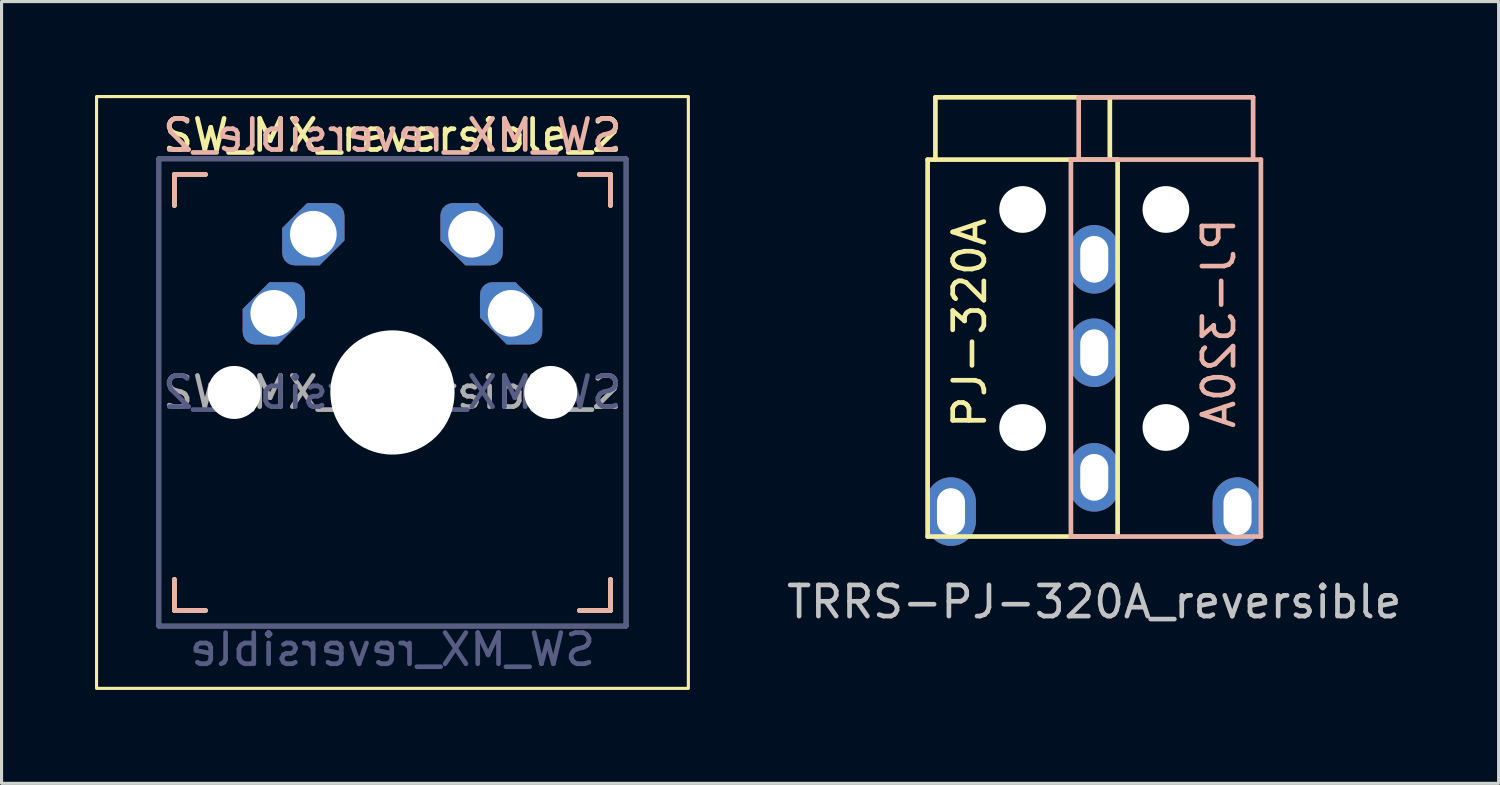
<source format=kicad_pcb>
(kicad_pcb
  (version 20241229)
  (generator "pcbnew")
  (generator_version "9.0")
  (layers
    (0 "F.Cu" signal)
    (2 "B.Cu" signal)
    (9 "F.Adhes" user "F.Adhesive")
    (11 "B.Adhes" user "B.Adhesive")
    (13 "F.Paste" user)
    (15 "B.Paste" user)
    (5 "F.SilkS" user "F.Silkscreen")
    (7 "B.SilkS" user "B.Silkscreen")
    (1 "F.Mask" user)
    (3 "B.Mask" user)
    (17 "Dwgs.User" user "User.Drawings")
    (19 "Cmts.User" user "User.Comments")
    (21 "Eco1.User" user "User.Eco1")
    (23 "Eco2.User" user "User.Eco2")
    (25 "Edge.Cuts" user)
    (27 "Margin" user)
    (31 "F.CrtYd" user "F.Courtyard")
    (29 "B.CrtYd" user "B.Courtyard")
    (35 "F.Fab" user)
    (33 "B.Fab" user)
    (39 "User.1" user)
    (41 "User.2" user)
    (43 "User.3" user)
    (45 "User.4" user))
  (footprint "SW_MX_reversible_2"
    (layer "F.Cu")
    (at 9.55 9.55)
    (property "Reference" "SW_MX_reversible_2" (at 0 -8.255 0) (layer "F.SilkS") (effects (font (size 1 1) (thickness 0.15))))
    (property "Value" "SW_MX_reversible" (at 0 8.255 0) (layer "F.Fab") (hide yes) (effects (font (size 1 1) (thickness 0.15))))
    (attr through_hole)
    (fp_line (start -7 -7) (end -6 -7) (stroke (width 0.15) (type solid)) (layer "F.SilkS"))
    (fp_line (start -7 -6) (end -7 -7) (stroke (width 0.15) (type solid)) (layer "F.SilkS"))
    (fp_line (start -7 7) (end -7 6) (stroke (width 0.15) (type solid)) (layer "F.SilkS"))
    (fp_line (start -6 7) (end -7 7) (stroke (width 0.15) (type solid)) (layer "F.SilkS"))
    (fp_line (start 6 -7) (end 7 -7) (stroke (width 0.15) (type solid)) (layer "F.SilkS"))
    (fp_line (start 7 -7) (end 7 -6) (stroke (width 0.15) (type solid)) (layer "F.SilkS"))
    (fp_line (start 7 6) (end 7 7) (stroke (width 0.15) (type solid)) (layer "F.SilkS"))
    (fp_line (start 7 7) (end 6 7) (stroke (width 0.15) (type solid)) (layer "F.SilkS"))
    (fp_rect (start -9.5 -9.5) (end 9.5 9.5) (stroke (width 0.1) (type solid)) (fill no) (layer "F.SilkS"))
    (fp_line (start -7 -7) (end -6 -7) (stroke (width 0.15) (type solid)) (layer "B.SilkS"))
    (fp_line (start -7 -6) (end -7 -7) (stroke (width 0.15) (type solid)) (layer "B.SilkS"))
    (fp_line (start -7 7) (end -7 6) (stroke (width 0.15) (type solid)) (layer "B.SilkS"))
    (fp_line (start -6 7) (end -7 7) (stroke (width 0.15) (type solid)) (layer "B.SilkS"))
    (fp_line (start 6 -7) (end 7 -7) (stroke (width 0.15) (type solid)) (layer "B.SilkS"))
    (fp_line (start 7 -7) (end 7 -6) (stroke (width 0.15) (type solid)) (layer "B.SilkS"))
    (fp_line (start 7 6) (end 7 7) (stroke (width 0.15) (type solid)) (layer "B.SilkS"))
    (fp_line (start 7 7) (end 6 7) (stroke (width 0.15) (type solid)) (layer "B.SilkS"))
    (fp_line (start -6.9 6.9) (end -6.9 -6.9) (stroke (width 0.15) (type solid)) (layer "Eco2.User"))
    (fp_line (start -6.9 6.9) (end 6.9 6.9) (stroke (width 0.15) (type solid)) (layer "Eco2.User"))
    (fp_line (start 6.9 -6.9) (end -6.9 -6.9) (stroke (width 0.15) (type solid)) (layer "Eco2.User"))
    (fp_line (start 6.9 -6.9) (end 6.9 6.9) (stroke (width 0.15) (type solid)) (layer "Eco2.User"))
    (fp_line (start -7.5 -7.5) (end 7.5 -7.5) (stroke (width 0.15) (type solid)) (layer "B.Fab"))
    (fp_line (start -7.5 7.5) (end -7.5 -7.5) (stroke (width 0.15) (type solid)) (layer "B.Fab"))
    (fp_line (start 7.5 -7.5) (end 7.5 7.5) (stroke (width 0.15) (type solid)) (layer "B.Fab"))
    (fp_line (start 7.5 7.5) (end -7.5 7.5) (stroke (width 0.15) (type solid)) (layer "B.Fab"))
    (fp_line (start -7.5 -7.5) (end 7.5 -7.5) (stroke (width 0.15) (type solid)) (layer "F.Fab"))
    (fp_line (start -7.5 7.5) (end -7.5 -7.5) (stroke (width 0.15) (type solid)) (layer "F.Fab"))
    (fp_line (start 7.5 -7.5) (end 7.5 7.5) (stroke (width 0.15) (type solid)) (layer "F.Fab"))
    (fp_line (start 7.5 7.5) (end -7.5 7.5) (stroke (width 0.15) (type solid)) (layer "F.Fab"))
    (fp_text user "${REFERENCE}" (at 0 -8.255 0) (layer "B.SilkS") (effects (font (size 1 1) (thickness 0.15)) (justify mirror)))
    (fp_text user "${VALUE}" (at 0 8.255 0) (layer "B.Fab") (effects (font (size 1 1) (thickness 0.15)) (justify mirror)))
    (fp_text user "${REFERENCE}" (at 0 0 0) (layer "B.Fab") (effects (font (size 1 1) (thickness 0.15)) (justify mirror)))
    (fp_text user "${REFERENCE}" (at 0 0 0) (layer "F.Fab") (effects (font (size 1 1) (thickness 0.15))))
    (pad "" np_thru_hole circle (at -5.08 0) (size 1.702 1.702) (drill 1.702) (layers "*.Cu" "*.Mask"))
    (pad "" np_thru_hole circle (at 0 0) (size 3.988 3.988) (drill 3.988) (layers "*.Cu" "*.Mask"))
    (pad "" np_thru_hole circle (at 5.08 0) (size 1.702 1.702) (drill 1.702) (layers "*.Cu" "*.Mask"))
    (pad "1" thru_hole roundrect (at -3.81 -2.54) (size 2 2) (drill 1.499) (layers "*.Cu" "*.Mask") (roundrect_rratio 0.2) (chamfer_ratio 0.43) (chamfer top_left bottom_right))
    (pad "1" thru_hole roundrect (at -2.54 -5.08) (size 2 2) (drill 1.499) (layers "*.Cu" "*.Mask") (roundrect_rratio 0.2) (chamfer_ratio 0.4) (chamfer top_left bottom_right))
    (pad "2" thru_hole roundrect (at 2.54 -5.08) (size 2 2) (drill 1.499) (layers "*.Cu" "*.Mask") (roundrect_rratio 0.2) (chamfer_ratio 0.4) (chamfer top_right bottom_left))
    (pad "2" thru_hole roundrect (at 3.81 -2.54) (size 2 2) (drill 1.499) (layers "*.Cu" "*.Mask") (roundrect_rratio 0.2) (chamfer_ratio 0.43) (chamfer top_right bottom_left)))
  (footprint "TRRS-PJ-320A_reversible"
    (layer "F.Cu")
    (at 32.082 2.075)
    (property "Reference" "TRRS-PJ-320A_reversible" (at 0 14.2 0) (layer "Dwgs.User") (effects (font (size 1 1) (thickness 0.15))))
    (attr through_hole)
    (fp_line (start -5.35 0) (end -5.35 12.1) (stroke (width 0.15) (type solid)) (layer "F.SilkS"))
    (fp_line (start -5.1 0) (end -5.1 -2) (stroke (width 0.15) (type solid)) (layer "F.SilkS"))
    (fp_line (start 0.5 -2) (end -5.1 -2) (stroke (width 0.15) (type solid)) (layer "F.SilkS"))
    (fp_line (start 0.5 0) (end 0.5 -2) (stroke (width 0.15) (type solid)) (layer "F.SilkS"))
    (fp_line (start 0.75 0) (end -5.35 0) (stroke (width 0.15) (type solid)) (layer "F.SilkS"))
    (fp_line (start 0.75 0) (end 0.75 12.1) (stroke (width 0.15) (type solid)) (layer "F.SilkS"))
    (fp_line (start 0.75 12.1) (end -5.35 12.1) (stroke (width 0.15) (type solid)) (layer "F.SilkS"))
    (fp_line (start -0.75 0) (end -0.75 12.1) (stroke (width 0.15) (type solid)) (layer "B.SilkS"))
    (fp_line (start -0.75 0) (end 5.35 0) (stroke (width 0.15) (type solid)) (layer "B.SilkS"))
    (fp_line (start -0.75 12.1) (end 5.35 12.1) (stroke (width 0.15) (type solid)) (layer "B.SilkS"))
    (fp_line (start -0.5 -2) (end 5.1 -2) (stroke (width 0.15) (type solid)) (layer "B.SilkS"))
    (fp_line (start -0.5 0) (end -0.5 -2) (stroke (width 0.15) (type solid)) (layer "B.SilkS"))
    (fp_line (start 5.1 0) (end 5.1 -2) (stroke (width 0.15) (type solid)) (layer "B.SilkS"))
    (fp_line (start 5.35 0) (end 5.35 12.1) (stroke (width 0.15) (type solid)) (layer "B.SilkS"))
    (fp_text user "PJ-320A" (at -4 5.25 90) (layer "F.SilkS") (effects (font (size 1 1) (thickness 0.15))))
    (fp_text user "PJ-320A" (at 4 5.25 270) (layer "B.SilkS") (effects (font (size 1 1) (thickness 0.15)) (justify mirror)))
    (pad "" np_thru_hole circle (at -2.3 1.6) (size 1.5 1.5) (drill 1.5) (layers "*.Cu" "*.Mask"))
    (pad "" np_thru_hole circle (at -2.3 8.6) (size 1.5 1.5) (drill 1.5) (layers "*.Cu" "*.Mask"))
    (pad "" np_thru_hole circle (at 2.3 1.6) (size 1.5 1.5) (drill 1.5) (layers "*.Cu" "*.Mask"))
    (pad "" np_thru_hole circle (at 2.3 8.6) (size 1.5 1.5) (drill 1.5) (layers "*.Cu" "*.Mask"))
    (pad "R1" thru_hole oval (at 0 10.2) (size 1.6 2.2) (drill oval 0.9 1.5) (layers "*.Cu" "*.Mask"))
    (pad "R2" thru_hole oval (at 0 6.2) (size 1.6 2.2) (drill oval 0.9 1.5) (layers "*.Cu" "*.Mask"))
    (pad "S" thru_hole oval (at 0 3.2) (size 1.6 2.2) (drill oval 0.9 1.5) (layers "*.Cu" "*.Mask"))
    (pad "T" thru_hole oval (at -4.6 11.3) (size 1.6 2.2) (drill oval 0.9 1.5) (layers "*.Cu" "*.Mask"))
    (pad "T" thru_hole oval (at 4.6 11.3) (size 1.6 2.2) (drill oval 0.9 1.5) (layers "*.Cu" "*.Mask")))
  (gr_rect
    (start -3 -3)
    (end 45.064 22.1)
    (stroke (width 0.1) (type default))
    (fill no)
    (layer "Edge.Cuts")))
</source>
